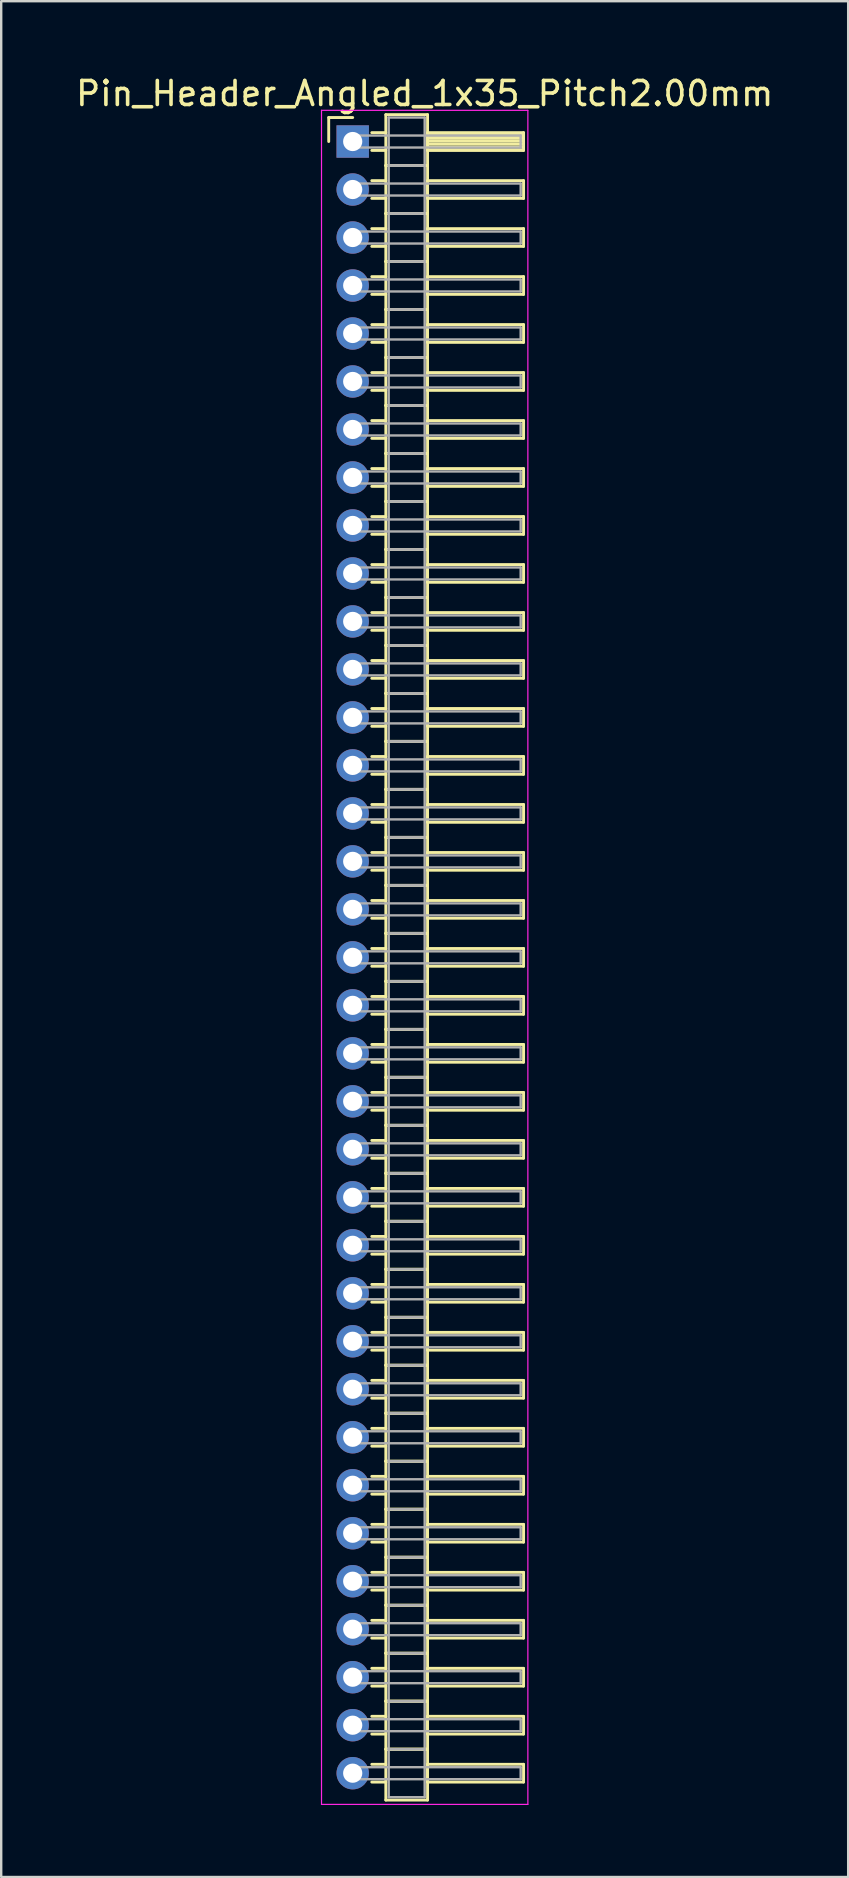
<source format=kicad_pcb>
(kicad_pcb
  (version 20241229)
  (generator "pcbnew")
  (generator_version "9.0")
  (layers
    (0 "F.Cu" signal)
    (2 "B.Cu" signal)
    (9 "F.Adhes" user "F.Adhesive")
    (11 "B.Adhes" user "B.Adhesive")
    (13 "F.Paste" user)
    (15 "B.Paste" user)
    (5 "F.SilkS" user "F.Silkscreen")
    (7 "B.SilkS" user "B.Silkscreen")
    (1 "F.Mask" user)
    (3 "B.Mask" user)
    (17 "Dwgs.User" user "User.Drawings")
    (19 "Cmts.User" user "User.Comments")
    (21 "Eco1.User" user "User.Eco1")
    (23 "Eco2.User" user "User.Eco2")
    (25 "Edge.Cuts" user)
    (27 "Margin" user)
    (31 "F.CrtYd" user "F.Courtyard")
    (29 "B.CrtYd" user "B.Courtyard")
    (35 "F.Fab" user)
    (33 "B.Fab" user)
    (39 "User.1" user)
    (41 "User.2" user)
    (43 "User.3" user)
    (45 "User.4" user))
  (footprint "Pin_Header_Angled_1x35_Pitch2.00mm"
    (layer "F.Cu")
    (at 11.649 2.848)
    (property "Reference" "Pin_Header_Angled_1x35_Pitch2.00mm" (at 3 -2 0) (layer "F.SilkS") (effects (font (size 1 1) (thickness 0.15))))
    (attr through_hole)
    (fp_line (start -1 -1) (end 0 -1) (stroke (width 0.12) (type solid)) (layer "F.SilkS"))
    (fp_line (start -1 0) (end -1 -1) (stroke (width 0.12) (type solid)) (layer "F.SilkS"))
    (fp_line (start 0.795 -0.37) (end 1.38 -0.37) (stroke (width 0.12) (type solid)) (layer "F.SilkS"))
    (fp_line (start 0.795 0.37) (end 1.38 0.37) (stroke (width 0.12) (type solid)) (layer "F.SilkS"))
    (fp_line (start 0.795 1.63) (end 1.38 1.63) (stroke (width 0.12) (type solid)) (layer "F.SilkS"))
    (fp_line (start 0.795 2.37) (end 1.38 2.37) (stroke (width 0.12) (type solid)) (layer "F.SilkS"))
    (fp_line (start 0.795 3.63) (end 1.38 3.63) (stroke (width 0.12) (type solid)) (layer "F.SilkS"))
    (fp_line (start 0.795 4.37) (end 1.38 4.37) (stroke (width 0.12) (type solid)) (layer "F.SilkS"))
    (fp_line (start 0.795 5.63) (end 1.38 5.63) (stroke (width 0.12) (type solid)) (layer "F.SilkS"))
    (fp_line (start 0.795 6.37) (end 1.38 6.37) (stroke (width 0.12) (type solid)) (layer "F.SilkS"))
    (fp_line (start 0.795 7.63) (end 1.38 7.63) (stroke (width 0.12) (type solid)) (layer "F.SilkS"))
    (fp_line (start 0.795 8.37) (end 1.38 8.37) (stroke (width 0.12) (type solid)) (layer "F.SilkS"))
    (fp_line (start 0.795 9.63) (end 1.38 9.63) (stroke (width 0.12) (type solid)) (layer "F.SilkS"))
    (fp_line (start 0.795 10.37) (end 1.38 10.37) (stroke (width 0.12) (type solid)) (layer "F.SilkS"))
    (fp_line (start 0.795 11.63) (end 1.38 11.63) (stroke (width 0.12) (type solid)) (layer "F.SilkS"))
    (fp_line (start 0.795 12.37) (end 1.38 12.37) (stroke (width 0.12) (type solid)) (layer "F.SilkS"))
    (fp_line (start 0.795 13.63) (end 1.38 13.63) (stroke (width 0.12) (type solid)) (layer "F.SilkS"))
    (fp_line (start 0.795 14.37) (end 1.38 14.37) (stroke (width 0.12) (type solid)) (layer "F.SilkS"))
    (fp_line (start 0.795 15.63) (end 1.38 15.63) (stroke (width 0.12) (type solid)) (layer "F.SilkS"))
    (fp_line (start 0.795 16.37) (end 1.38 16.37) (stroke (width 0.12) (type solid)) (layer "F.SilkS"))
    (fp_line (start 0.795 17.63) (end 1.38 17.63) (stroke (width 0.12) (type solid)) (layer "F.SilkS"))
    (fp_line (start 0.795 18.37) (end 1.38 18.37) (stroke (width 0.12) (type solid)) (layer "F.SilkS"))
    (fp_line (start 0.795 19.63) (end 1.38 19.63) (stroke (width 0.12) (type solid)) (layer "F.SilkS"))
    (fp_line (start 0.795 20.37) (end 1.38 20.37) (stroke (width 0.12) (type solid)) (layer "F.SilkS"))
    (fp_line (start 0.795 21.63) (end 1.38 21.63) (stroke (width 0.12) (type solid)) (layer "F.SilkS"))
    (fp_line (start 0.795 22.37) (end 1.38 22.37) (stroke (width 0.12) (type solid)) (layer "F.SilkS"))
    (fp_line (start 0.795 23.63) (end 1.38 23.63) (stroke (width 0.12) (type solid)) (layer "F.SilkS"))
    (fp_line (start 0.795 24.37) (end 1.38 24.37) (stroke (width 0.12) (type solid)) (layer "F.SilkS"))
    (fp_line (start 0.795 25.63) (end 1.38 25.63) (stroke (width 0.12) (type solid)) (layer "F.SilkS"))
    (fp_line (start 0.795 26.37) (end 1.38 26.37) (stroke (width 0.12) (type solid)) (layer "F.SilkS"))
    (fp_line (start 0.795 27.63) (end 1.38 27.63) (stroke (width 0.12) (type solid)) (layer "F.SilkS"))
    (fp_line (start 0.795 28.37) (end 1.38 28.37) (stroke (width 0.12) (type solid)) (layer "F.SilkS"))
    (fp_line (start 0.795 29.63) (end 1.38 29.63) (stroke (width 0.12) (type solid)) (layer "F.SilkS"))
    (fp_line (start 0.795 30.37) (end 1.38 30.37) (stroke (width 0.12) (type solid)) (layer "F.SilkS"))
    (fp_line (start 0.795 31.63) (end 1.38 31.63) (stroke (width 0.12) (type solid)) (layer "F.SilkS"))
    (fp_line (start 0.795 32.37) (end 1.38 32.37) (stroke (width 0.12) (type solid)) (layer "F.SilkS"))
    (fp_line (start 0.795 33.63) (end 1.38 33.63) (stroke (width 0.12) (type solid)) (layer "F.SilkS"))
    (fp_line (start 0.795 34.37) (end 1.38 34.37) (stroke (width 0.12) (type solid)) (layer "F.SilkS"))
    (fp_line (start 0.795 35.63) (end 1.38 35.63) (stroke (width 0.12) (type solid)) (layer "F.SilkS"))
    (fp_line (start 0.795 36.37) (end 1.38 36.37) (stroke (width 0.12) (type solid)) (layer "F.SilkS"))
    (fp_line (start 0.795 37.63) (end 1.38 37.63) (stroke (width 0.12) (type solid)) (layer "F.SilkS"))
    (fp_line (start 0.795 38.37) (end 1.38 38.37) (stroke (width 0.12) (type solid)) (layer "F.SilkS"))
    (fp_line (start 0.795 39.63) (end 1.38 39.63) (stroke (width 0.12) (type solid)) (layer "F.SilkS"))
    (fp_line (start 0.795 40.37) (end 1.38 40.37) (stroke (width 0.12) (type solid)) (layer "F.SilkS"))
    (fp_line (start 0.795 41.63) (end 1.38 41.63) (stroke (width 0.12) (type solid)) (layer "F.SilkS"))
    (fp_line (start 0.795 42.37) (end 1.38 42.37) (stroke (width 0.12) (type solid)) (layer "F.SilkS"))
    (fp_line (start 0.795 43.63) (end 1.38 43.63) (stroke (width 0.12) (type solid)) (layer "F.SilkS"))
    (fp_line (start 0.795 44.37) (end 1.38 44.37) (stroke (width 0.12) (type solid)) (layer "F.SilkS"))
    (fp_line (start 0.795 45.63) (end 1.38 45.63) (stroke (width 0.12) (type solid)) (layer "F.SilkS"))
    (fp_line (start 0.795 46.37) (end 1.38 46.37) (stroke (width 0.12) (type solid)) (layer "F.SilkS"))
    (fp_line (start 0.795 47.63) (end 1.38 47.63) (stroke (width 0.12) (type solid)) (layer "F.SilkS"))
    (fp_line (start 0.795 48.37) (end 1.38 48.37) (stroke (width 0.12) (type solid)) (layer "F.SilkS"))
    (fp_line (start 0.795 49.63) (end 1.38 49.63) (stroke (width 0.12) (type solid)) (layer "F.SilkS"))
    (fp_line (start 0.795 50.37) (end 1.38 50.37) (stroke (width 0.12) (type solid)) (layer "F.SilkS"))
    (fp_line (start 0.795 51.63) (end 1.38 51.63) (stroke (width 0.12) (type solid)) (layer "F.SilkS"))
    (fp_line (start 0.795 52.37) (end 1.38 52.37) (stroke (width 0.12) (type solid)) (layer "F.SilkS"))
    (fp_line (start 0.795 53.63) (end 1.38 53.63) (stroke (width 0.12) (type solid)) (layer "F.SilkS"))
    (fp_line (start 0.795 54.37) (end 1.38 54.37) (stroke (width 0.12) (type solid)) (layer "F.SilkS"))
    (fp_line (start 0.795 55.63) (end 1.38 55.63) (stroke (width 0.12) (type solid)) (layer "F.SilkS"))
    (fp_line (start 0.795 56.37) (end 1.38 56.37) (stroke (width 0.12) (type solid)) (layer "F.SilkS"))
    (fp_line (start 0.795 57.63) (end 1.38 57.63) (stroke (width 0.12) (type solid)) (layer "F.SilkS"))
    (fp_line (start 0.795 58.37) (end 1.38 58.37) (stroke (width 0.12) (type solid)) (layer "F.SilkS"))
    (fp_line (start 0.795 59.63) (end 1.38 59.63) (stroke (width 0.12) (type solid)) (layer "F.SilkS"))
    (fp_line (start 0.795 60.37) (end 1.38 60.37) (stroke (width 0.12) (type solid)) (layer "F.SilkS"))
    (fp_line (start 0.795 61.63) (end 1.38 61.63) (stroke (width 0.12) (type solid)) (layer "F.SilkS"))
    (fp_line (start 0.795 62.37) (end 1.38 62.37) (stroke (width 0.12) (type solid)) (layer "F.SilkS"))
    (fp_line (start 0.795 63.63) (end 1.38 63.63) (stroke (width 0.12) (type solid)) (layer "F.SilkS"))
    (fp_line (start 0.795 64.37) (end 1.38 64.37) (stroke (width 0.12) (type solid)) (layer "F.SilkS"))
    (fp_line (start 0.795 65.63) (end 1.38 65.63) (stroke (width 0.12) (type solid)) (layer "F.SilkS"))
    (fp_line (start 0.795 66.37) (end 1.38 66.37) (stroke (width 0.12) (type solid)) (layer "F.SilkS"))
    (fp_line (start 0.795 67.63) (end 1.38 67.63) (stroke (width 0.12) (type solid)) (layer "F.SilkS"))
    (fp_line (start 0.795 68.37) (end 1.38 68.37) (stroke (width 0.12) (type solid)) (layer "F.SilkS"))
    (fp_line (start 1.38 -1.12) (end 1.38 1) (stroke (width 0.12) (type solid)) (layer "F.SilkS"))
    (fp_line (start 1.38 1) (end 1.38 3) (stroke (width 0.12) (type solid)) (layer "F.SilkS"))
    (fp_line (start 1.38 1) (end 3.12 1) (stroke (width 0.12) (type solid)) (layer "F.SilkS"))
    (fp_line (start 1.38 3) (end 1.38 5) (stroke (width 0.12) (type solid)) (layer "F.SilkS"))
    (fp_line (start 1.38 3) (end 3.12 3) (stroke (width 0.12) (type solid)) (layer "F.SilkS"))
    (fp_line (start 1.38 5) (end 1.38 7) (stroke (width 0.12) (type solid)) (layer "F.SilkS"))
    (fp_line (start 1.38 5) (end 3.12 5) (stroke (width 0.12) (type solid)) (layer "F.SilkS"))
    (fp_line (start 1.38 7) (end 1.38 9) (stroke (width 0.12) (type solid)) (layer "F.SilkS"))
    (fp_line (start 1.38 7) (end 3.12 7) (stroke (width 0.12) (type solid)) (layer "F.SilkS"))
    (fp_line (start 1.38 9) (end 1.38 11) (stroke (width 0.12) (type solid)) (layer "F.SilkS"))
    (fp_line (start 1.38 9) (end 3.12 9) (stroke (width 0.12) (type solid)) (layer "F.SilkS"))
    (fp_line (start 1.38 11) (end 1.38 13) (stroke (width 0.12) (type solid)) (layer "F.SilkS"))
    (fp_line (start 1.38 11) (end 3.12 11) (stroke (width 0.12) (type solid)) (layer "F.SilkS"))
    (fp_line (start 1.38 13) (end 1.38 15) (stroke (width 0.12) (type solid)) (layer "F.SilkS"))
    (fp_line (start 1.38 13) (end 3.12 13) (stroke (width 0.12) (type solid)) (layer "F.SilkS"))
    (fp_line (start 1.38 15) (end 1.38 17) (stroke (width 0.12) (type solid)) (layer "F.SilkS"))
    (fp_line (start 1.38 15) (end 3.12 15) (stroke (width 0.12) (type solid)) (layer "F.SilkS"))
    (fp_line (start 1.38 17) (end 1.38 19) (stroke (width 0.12) (type solid)) (layer "F.SilkS"))
    (fp_line (start 1.38 17) (end 3.12 17) (stroke (width 0.12) (type solid)) (layer "F.SilkS"))
    (fp_line (start 1.38 19) (end 1.38 21) (stroke (width 0.12) (type solid)) (layer "F.SilkS"))
    (fp_line (start 1.38 19) (end 3.12 19) (stroke (width 0.12) (type solid)) (layer "F.SilkS"))
    (fp_line (start 1.38 21) (end 1.38 23) (stroke (width 0.12) (type solid)) (layer "F.SilkS"))
    (fp_line (start 1.38 21) (end 3.12 21) (stroke (width 0.12) (type solid)) (layer "F.SilkS"))
    (fp_line (start 1.38 23) (end 1.38 25) (stroke (width 0.12) (type solid)) (layer "F.SilkS"))
    (fp_line (start 1.38 23) (end 3.12 23) (stroke (width 0.12) (type solid)) (layer "F.SilkS"))
    (fp_line (start 1.38 25) (end 1.38 27) (stroke (width 0.12) (type solid)) (layer "F.SilkS"))
    (fp_line (start 1.38 25) (end 3.12 25) (stroke (width 0.12) (type solid)) (layer "F.SilkS"))
    (fp_line (start 1.38 27) (end 1.38 29) (stroke (width 0.12) (type solid)) (layer "F.SilkS"))
    (fp_line (start 1.38 27) (end 3.12 27) (stroke (width 0.12) (type solid)) (layer "F.SilkS"))
    (fp_line (start 1.38 29) (end 1.38 31) (stroke (width 0.12) (type solid)) (layer "F.SilkS"))
    (fp_line (start 1.38 29) (end 3.12 29) (stroke (width 0.12) (type solid)) (layer "F.SilkS"))
    (fp_line (start 1.38 31) (end 1.38 33) (stroke (width 0.12) (type solid)) (layer "F.SilkS"))
    (fp_line (start 1.38 31) (end 3.12 31) (stroke (width 0.12) (type solid)) (layer "F.SilkS"))
    (fp_line (start 1.38 33) (end 1.38 35) (stroke (width 0.12) (type solid)) (layer "F.SilkS"))
    (fp_line (start 1.38 33) (end 3.12 33) (stroke (width 0.12) (type solid)) (layer "F.SilkS"))
    (fp_line (start 1.38 35) (end 1.38 37) (stroke (width 0.12) (type solid)) (layer "F.SilkS"))
    (fp_line (start 1.38 35) (end 3.12 35) (stroke (width 0.12) (type solid)) (layer "F.SilkS"))
    (fp_line (start 1.38 37) (end 1.38 39) (stroke (width 0.12) (type solid)) (layer "F.SilkS"))
    (fp_line (start 1.38 37) (end 3.12 37) (stroke (width 0.12) (type solid)) (layer "F.SilkS"))
    (fp_line (start 1.38 39) (end 1.38 41) (stroke (width 0.12) (type solid)) (layer "F.SilkS"))
    (fp_line (start 1.38 39) (end 3.12 39) (stroke (width 0.12) (type solid)) (layer "F.SilkS"))
    (fp_line (start 1.38 41) (end 1.38 43) (stroke (width 0.12) (type solid)) (layer "F.SilkS"))
    (fp_line (start 1.38 41) (end 3.12 41) (stroke (width 0.12) (type solid)) (layer "F.SilkS"))
    (fp_line (start 1.38 43) (end 1.38 45) (stroke (width 0.12) (type solid)) (layer "F.SilkS"))
    (fp_line (start 1.38 43) (end 3.12 43) (stroke (width 0.12) (type solid)) (layer "F.SilkS"))
    (fp_line (start 1.38 45) (end 1.38 47) (stroke (width 0.12) (type solid)) (layer "F.SilkS"))
    (fp_line (start 1.38 45) (end 3.12 45) (stroke (width 0.12) (type solid)) (layer "F.SilkS"))
    (fp_line (start 1.38 47) (end 1.38 49) (stroke (width 0.12) (type solid)) (layer "F.SilkS"))
    (fp_line (start 1.38 47) (end 3.12 47) (stroke (width 0.12) (type solid)) (layer "F.SilkS"))
    (fp_line (start 1.38 49) (end 1.38 51) (stroke (width 0.12) (type solid)) (layer "F.SilkS"))
    (fp_line (start 1.38 49) (end 3.12 49) (stroke (width 0.12) (type solid)) (layer "F.SilkS"))
    (fp_line (start 1.38 51) (end 1.38 53) (stroke (width 0.12) (type solid)) (layer "F.SilkS"))
    (fp_line (start 1.38 51) (end 3.12 51) (stroke (width 0.12) (type solid)) (layer "F.SilkS"))
    (fp_line (start 1.38 53) (end 1.38 55) (stroke (width 0.12) (type solid)) (layer "F.SilkS"))
    (fp_line (start 1.38 53) (end 3.12 53) (stroke (width 0.12) (type solid)) (layer "F.SilkS"))
    (fp_line (start 1.38 55) (end 1.38 57) (stroke (width 0.12) (type solid)) (layer "F.SilkS"))
    (fp_line (start 1.38 55) (end 3.12 55) (stroke (width 0.12) (type solid)) (layer "F.SilkS"))
    (fp_line (start 1.38 57) (end 1.38 59) (stroke (width 0.12) (type solid)) (layer "F.SilkS"))
    (fp_line (start 1.38 57) (end 3.12 57) (stroke (width 0.12) (type solid)) (layer "F.SilkS"))
    (fp_line (start 1.38 59) (end 1.38 61) (stroke (width 0.12) (type solid)) (layer "F.SilkS"))
    (fp_line (start 1.38 59) (end 3.12 59) (stroke (width 0.12) (type solid)) (layer "F.SilkS"))
    (fp_line (start 1.38 61) (end 1.38 63) (stroke (width 0.12) (type solid)) (layer "F.SilkS"))
    (fp_line (start 1.38 61) (end 3.12 61) (stroke (width 0.12) (type solid)) (layer "F.SilkS"))
    (fp_line (start 1.38 63) (end 1.38 65) (stroke (width 0.12) (type solid)) (layer "F.SilkS"))
    (fp_line (start 1.38 63) (end 3.12 63) (stroke (width 0.12) (type solid)) (layer "F.SilkS"))
    (fp_line (start 1.38 65) (end 1.38 67) (stroke (width 0.12) (type solid)) (layer "F.SilkS"))
    (fp_line (start 1.38 65) (end 3.12 65) (stroke (width 0.12) (type solid)) (layer "F.SilkS"))
    (fp_line (start 1.38 67) (end 1.38 69.12) (stroke (width 0.12) (type solid)) (layer "F.SilkS"))
    (fp_line (start 1.38 67) (end 3.12 67) (stroke (width 0.12) (type solid)) (layer "F.SilkS"))
    (fp_line (start 1.38 69.12) (end 3.12 69.12) (stroke (width 0.12) (type solid)) (layer "F.SilkS"))
    (fp_line (start 3.12 -1.12) (end 1.38 -1.12) (stroke (width 0.12) (type solid)) (layer "F.SilkS"))
    (fp_line (start 3.12 -0.37) (end 3.12 0.37) (stroke (width 0.12) (type solid)) (layer "F.SilkS"))
    (fp_line (start 3.12 -0.25) (end 7.12 -0.25) (stroke (width 0.12) (type solid)) (layer "F.SilkS"))
    (fp_line (start 3.12 -0.13) (end 7.12 -0.13) (stroke (width 0.12) (type solid)) (layer "F.SilkS"))
    (fp_line (start 3.12 -0.01) (end 7.12 -0.01) (stroke (width 0.12) (type solid)) (layer "F.SilkS"))
    (fp_line (start 3.12 0.11) (end 7.12 0.11) (stroke (width 0.12) (type solid)) (layer "F.SilkS"))
    (fp_line (start 3.12 0.23) (end 7.12 0.23) (stroke (width 0.12) (type solid)) (layer "F.SilkS"))
    (fp_line (start 3.12 0.35) (end 7.12 0.35) (stroke (width 0.12) (type solid)) (layer "F.SilkS"))
    (fp_line (start 3.12 0.37) (end 7.12 0.37) (stroke (width 0.12) (type solid)) (layer "F.SilkS"))
    (fp_line (start 3.12 1) (end 1.38 1) (stroke (width 0.12) (type solid)) (layer "F.SilkS"))
    (fp_line (start 3.12 1) (end 3.12 -1.12) (stroke (width 0.12) (type solid)) (layer "F.SilkS"))
    (fp_line (start 3.12 1.63) (end 3.12 2.37) (stroke (width 0.12) (type solid)) (layer "F.SilkS"))
    (fp_line (start 3.12 2.37) (end 7.12 2.37) (stroke (width 0.12) (type solid)) (layer "F.SilkS"))
    (fp_line (start 3.12 3) (end 1.38 3) (stroke (width 0.12) (type solid)) (layer "F.SilkS"))
    (fp_line (start 3.12 3) (end 3.12 1) (stroke (width 0.12) (type solid)) (layer "F.SilkS"))
    (fp_line (start 3.12 3.63) (end 3.12 4.37) (stroke (width 0.12) (type solid)) (layer "F.SilkS"))
    (fp_line (start 3.12 4.37) (end 7.12 4.37) (stroke (width 0.12) (type solid)) (layer "F.SilkS"))
    (fp_line (start 3.12 5) (end 1.38 5) (stroke (width 0.12) (type solid)) (layer "F.SilkS"))
    (fp_line (start 3.12 5) (end 3.12 3) (stroke (width 0.12) (type solid)) (layer "F.SilkS"))
    (fp_line (start 3.12 5.63) (end 3.12 6.37) (stroke (width 0.12) (type solid)) (layer "F.SilkS"))
    (fp_line (start 3.12 6.37) (end 7.12 6.37) (stroke (width 0.12) (type solid)) (layer "F.SilkS"))
    (fp_line (start 3.12 7) (end 1.38 7) (stroke (width 0.12) (type solid)) (layer "F.SilkS"))
    (fp_line (start 3.12 7) (end 3.12 5) (stroke (width 0.12) (type solid)) (layer "F.SilkS"))
    (fp_line (start 3.12 7.63) (end 3.12 8.37) (stroke (width 0.12) (type solid)) (layer "F.SilkS"))
    (fp_line (start 3.12 8.37) (end 7.12 8.37) (stroke (width 0.12) (type solid)) (layer "F.SilkS"))
    (fp_line (start 3.12 9) (end 1.38 9) (stroke (width 0.12) (type solid)) (layer "F.SilkS"))
    (fp_line (start 3.12 9) (end 3.12 7) (stroke (width 0.12) (type solid)) (layer "F.SilkS"))
    (fp_line (start 3.12 9.63) (end 3.12 10.37) (stroke (width 0.12) (type solid)) (layer "F.SilkS"))
    (fp_line (start 3.12 10.37) (end 7.12 10.37) (stroke (width 0.12) (type solid)) (layer "F.SilkS"))
    (fp_line (start 3.12 11) (end 1.38 11) (stroke (width 0.12) (type solid)) (layer "F.SilkS"))
    (fp_line (start 3.12 11) (end 3.12 9) (stroke (width 0.12) (type solid)) (layer "F.SilkS"))
    (fp_line (start 3.12 11.63) (end 3.12 12.37) (stroke (width 0.12) (type solid)) (layer "F.SilkS"))
    (fp_line (start 3.12 12.37) (end 7.12 12.37) (stroke (width 0.12) (type solid)) (layer "F.SilkS"))
    (fp_line (start 3.12 13) (end 1.38 13) (stroke (width 0.12) (type solid)) (layer "F.SilkS"))
    (fp_line (start 3.12 13) (end 3.12 11) (stroke (width 0.12) (type solid)) (layer "F.SilkS"))
    (fp_line (start 3.12 13.63) (end 3.12 14.37) (stroke (width 0.12) (type solid)) (layer "F.SilkS"))
    (fp_line (start 3.12 14.37) (end 7.12 14.37) (stroke (width 0.12) (type solid)) (layer "F.SilkS"))
    (fp_line (start 3.12 15) (end 1.38 15) (stroke (width 0.12) (type solid)) (layer "F.SilkS"))
    (fp_line (start 3.12 15) (end 3.12 13) (stroke (width 0.12) (type solid)) (layer "F.SilkS"))
    (fp_line (start 3.12 15.63) (end 3.12 16.37) (stroke (width 0.12) (type solid)) (layer "F.SilkS"))
    (fp_line (start 3.12 16.37) (end 7.12 16.37) (stroke (width 0.12) (type solid)) (layer "F.SilkS"))
    (fp_line (start 3.12 17) (end 1.38 17) (stroke (width 0.12) (type solid)) (layer "F.SilkS"))
    (fp_line (start 3.12 17) (end 3.12 15) (stroke (width 0.12) (type solid)) (layer "F.SilkS"))
    (fp_line (start 3.12 17.63) (end 3.12 18.37) (stroke (width 0.12) (type solid)) (layer "F.SilkS"))
    (fp_line (start 3.12 18.37) (end 7.12 18.37) (stroke (width 0.12) (type solid)) (layer "F.SilkS"))
    (fp_line (start 3.12 19) (end 1.38 19) (stroke (width 0.12) (type solid)) (layer "F.SilkS"))
    (fp_line (start 3.12 19) (end 3.12 17) (stroke (width 0.12) (type solid)) (layer "F.SilkS"))
    (fp_line (start 3.12 19.63) (end 3.12 20.37) (stroke (width 0.12) (type solid)) (layer "F.SilkS"))
    (fp_line (start 3.12 20.37) (end 7.12 20.37) (stroke (width 0.12) (type solid)) (layer "F.SilkS"))
    (fp_line (start 3.12 21) (end 1.38 21) (stroke (width 0.12) (type solid)) (layer "F.SilkS"))
    (fp_line (start 3.12 21) (end 3.12 19) (stroke (width 0.12) (type solid)) (layer "F.SilkS"))
    (fp_line (start 3.12 21.63) (end 3.12 22.37) (stroke (width 0.12) (type solid)) (layer "F.SilkS"))
    (fp_line (start 3.12 22.37) (end 7.12 22.37) (stroke (width 0.12) (type solid)) (layer "F.SilkS"))
    (fp_line (start 3.12 23) (end 1.38 23) (stroke (width 0.12) (type solid)) (layer "F.SilkS"))
    (fp_line (start 3.12 23) (end 3.12 21) (stroke (width 0.12) (type solid)) (layer "F.SilkS"))
    (fp_line (start 3.12 23.63) (end 3.12 24.37) (stroke (width 0.12) (type solid)) (layer "F.SilkS"))
    (fp_line (start 3.12 24.37) (end 7.12 24.37) (stroke (width 0.12) (type solid)) (layer "F.SilkS"))
    (fp_line (start 3.12 25) (end 1.38 25) (stroke (width 0.12) (type solid)) (layer "F.SilkS"))
    (fp_line (start 3.12 25) (end 3.12 23) (stroke (width 0.12) (type solid)) (layer "F.SilkS"))
    (fp_line (start 3.12 25.63) (end 3.12 26.37) (stroke (width 0.12) (type solid)) (layer "F.SilkS"))
    (fp_line (start 3.12 26.37) (end 7.12 26.37) (stroke (width 0.12) (type solid)) (layer "F.SilkS"))
    (fp_line (start 3.12 27) (end 1.38 27) (stroke (width 0.12) (type solid)) (layer "F.SilkS"))
    (fp_line (start 3.12 27) (end 3.12 25) (stroke (width 0.12) (type solid)) (layer "F.SilkS"))
    (fp_line (start 3.12 27.63) (end 3.12 28.37) (stroke (width 0.12) (type solid)) (layer "F.SilkS"))
    (fp_line (start 3.12 28.37) (end 7.12 28.37) (stroke (width 0.12) (type solid)) (layer "F.SilkS"))
    (fp_line (start 3.12 29) (end 1.38 29) (stroke (width 0.12) (type solid)) (layer "F.SilkS"))
    (fp_line (start 3.12 29) (end 3.12 27) (stroke (width 0.12) (type solid)) (layer "F.SilkS"))
    (fp_line (start 3.12 29.63) (end 3.12 30.37) (stroke (width 0.12) (type solid)) (layer "F.SilkS"))
    (fp_line (start 3.12 30.37) (end 7.12 30.37) (stroke (width 0.12) (type solid)) (layer "F.SilkS"))
    (fp_line (start 3.12 31) (end 1.38 31) (stroke (width 0.12) (type solid)) (layer "F.SilkS"))
    (fp_line (start 3.12 31) (end 3.12 29) (stroke (width 0.12) (type solid)) (layer "F.SilkS"))
    (fp_line (start 3.12 31.63) (end 3.12 32.37) (stroke (width 0.12) (type solid)) (layer "F.SilkS"))
    (fp_line (start 3.12 32.37) (end 7.12 32.37) (stroke (width 0.12) (type solid)) (layer "F.SilkS"))
    (fp_line (start 3.12 33) (end 1.38 33) (stroke (width 0.12) (type solid)) (layer "F.SilkS"))
    (fp_line (start 3.12 33) (end 3.12 31) (stroke (width 0.12) (type solid)) (layer "F.SilkS"))
    (fp_line (start 3.12 33.63) (end 3.12 34.37) (stroke (width 0.12) (type solid)) (layer "F.SilkS"))
    (fp_line (start 3.12 34.37) (end 7.12 34.37) (stroke (width 0.12) (type solid)) (layer "F.SilkS"))
    (fp_line (start 3.12 35) (end 1.38 35) (stroke (width 0.12) (type solid)) (layer "F.SilkS"))
    (fp_line (start 3.12 35) (end 3.12 33) (stroke (width 0.12) (type solid)) (layer "F.SilkS"))
    (fp_line (start 3.12 35.63) (end 3.12 36.37) (stroke (width 0.12) (type solid)) (layer "F.SilkS"))
    (fp_line (start 3.12 36.37) (end 7.12 36.37) (stroke (width 0.12) (type solid)) (layer "F.SilkS"))
    (fp_line (start 3.12 37) (end 1.38 37) (stroke (width 0.12) (type solid)) (layer "F.SilkS"))
    (fp_line (start 3.12 37) (end 3.12 35) (stroke (width 0.12) (type solid)) (layer "F.SilkS"))
    (fp_line (start 3.12 37.63) (end 3.12 38.37) (stroke (width 0.12) (type solid)) (layer "F.SilkS"))
    (fp_line (start 3.12 38.37) (end 7.12 38.37) (stroke (width 0.12) (type solid)) (layer "F.SilkS"))
    (fp_line (start 3.12 39) (end 1.38 39) (stroke (width 0.12) (type solid)) (layer "F.SilkS"))
    (fp_line (start 3.12 39) (end 3.12 37) (stroke (width 0.12) (type solid)) (layer "F.SilkS"))
    (fp_line (start 3.12 39.63) (end 3.12 40.37) (stroke (width 0.12) (type solid)) (layer "F.SilkS"))
    (fp_line (start 3.12 40.37) (end 7.12 40.37) (stroke (width 0.12) (type solid)) (layer "F.SilkS"))
    (fp_line (start 3.12 41) (end 1.38 41) (stroke (width 0.12) (type solid)) (layer "F.SilkS"))
    (fp_line (start 3.12 41) (end 3.12 39) (stroke (width 0.12) (type solid)) (layer "F.SilkS"))
    (fp_line (start 3.12 41.63) (end 3.12 42.37) (stroke (width 0.12) (type solid)) (layer "F.SilkS"))
    (fp_line (start 3.12 42.37) (end 7.12 42.37) (stroke (width 0.12) (type solid)) (layer "F.SilkS"))
    (fp_line (start 3.12 43) (end 1.38 43) (stroke (width 0.12) (type solid)) (layer "F.SilkS"))
    (fp_line (start 3.12 43) (end 3.12 41) (stroke (width 0.12) (type solid)) (layer "F.SilkS"))
    (fp_line (start 3.12 43.63) (end 3.12 44.37) (stroke (width 0.12) (type solid)) (layer "F.SilkS"))
    (fp_line (start 3.12 44.37) (end 7.12 44.37) (stroke (width 0.12) (type solid)) (layer "F.SilkS"))
    (fp_line (start 3.12 45) (end 1.38 45) (stroke (width 0.12) (type solid)) (layer "F.SilkS"))
    (fp_line (start 3.12 45) (end 3.12 43) (stroke (width 0.12) (type solid)) (layer "F.SilkS"))
    (fp_line (start 3.12 45.63) (end 3.12 46.37) (stroke (width 0.12) (type solid)) (layer "F.SilkS"))
    (fp_line (start 3.12 46.37) (end 7.12 46.37) (stroke (width 0.12) (type solid)) (layer "F.SilkS"))
    (fp_line (start 3.12 47) (end 1.38 47) (stroke (width 0.12) (type solid)) (layer "F.SilkS"))
    (fp_line (start 3.12 47) (end 3.12 45) (stroke (width 0.12) (type solid)) (layer "F.SilkS"))
    (fp_line (start 3.12 47.63) (end 3.12 48.37) (stroke (width 0.12) (type solid)) (layer "F.SilkS"))
    (fp_line (start 3.12 48.37) (end 7.12 48.37) (stroke (width 0.12) (type solid)) (layer "F.SilkS"))
    (fp_line (start 3.12 49) (end 1.38 49) (stroke (width 0.12) (type solid)) (layer "F.SilkS"))
    (fp_line (start 3.12 49) (end 3.12 47) (stroke (width 0.12) (type solid)) (layer "F.SilkS"))
    (fp_line (start 3.12 49.63) (end 3.12 50.37) (stroke (width 0.12) (type solid)) (layer "F.SilkS"))
    (fp_line (start 3.12 50.37) (end 7.12 50.37) (stroke (width 0.12) (type solid)) (layer "F.SilkS"))
    (fp_line (start 3.12 51) (end 1.38 51) (stroke (width 0.12) (type solid)) (layer "F.SilkS"))
    (fp_line (start 3.12 51) (end 3.12 49) (stroke (width 0.12) (type solid)) (layer "F.SilkS"))
    (fp_line (start 3.12 51.63) (end 3.12 52.37) (stroke (width 0.12) (type solid)) (layer "F.SilkS"))
    (fp_line (start 3.12 52.37) (end 7.12 52.37) (stroke (width 0.12) (type solid)) (layer "F.SilkS"))
    (fp_line (start 3.12 53) (end 1.38 53) (stroke (width 0.12) (type solid)) (layer "F.SilkS"))
    (fp_line (start 3.12 53) (end 3.12 51) (stroke (width 0.12) (type solid)) (layer "F.SilkS"))
    (fp_line (start 3.12 53.63) (end 3.12 54.37) (stroke (width 0.12) (type solid)) (layer "F.SilkS"))
    (fp_line (start 3.12 54.37) (end 7.12 54.37) (stroke (width 0.12) (type solid)) (layer "F.SilkS"))
    (fp_line (start 3.12 55) (end 1.38 55) (stroke (width 0.12) (type solid)) (layer "F.SilkS"))
    (fp_line (start 3.12 55) (end 3.12 53) (stroke (width 0.12) (type solid)) (layer "F.SilkS"))
    (fp_line (start 3.12 55.63) (end 3.12 56.37) (stroke (width 0.12) (type solid)) (layer "F.SilkS"))
    (fp_line (start 3.12 56.37) (end 7.12 56.37) (stroke (width 0.12) (type solid)) (layer "F.SilkS"))
    (fp_line (start 3.12 57) (end 1.38 57) (stroke (width 0.12) (type solid)) (layer "F.SilkS"))
    (fp_line (start 3.12 57) (end 3.12 55) (stroke (width 0.12) (type solid)) (layer "F.SilkS"))
    (fp_line (start 3.12 57.63) (end 3.12 58.37) (stroke (width 0.12) (type solid)) (layer "F.SilkS"))
    (fp_line (start 3.12 58.37) (end 7.12 58.37) (stroke (width 0.12) (type solid)) (layer "F.SilkS"))
    (fp_line (start 3.12 59) (end 1.38 59) (stroke (width 0.12) (type solid)) (layer "F.SilkS"))
    (fp_line (start 3.12 59) (end 3.12 57) (stroke (width 0.12) (type solid)) (layer "F.SilkS"))
    (fp_line (start 3.12 59.63) (end 3.12 60.37) (stroke (width 0.12) (type solid)) (layer "F.SilkS"))
    (fp_line (start 3.12 60.37) (end 7.12 60.37) (stroke (width 0.12) (type solid)) (layer "F.SilkS"))
    (fp_line (start 3.12 61) (end 1.38 61) (stroke (width 0.12) (type solid)) (layer "F.SilkS"))
    (fp_line (start 3.12 61) (end 3.12 59) (stroke (width 0.12) (type solid)) (layer "F.SilkS"))
    (fp_line (start 3.12 61.63) (end 3.12 62.37) (stroke (width 0.12) (type solid)) (layer "F.SilkS"))
    (fp_line (start 3.12 62.37) (end 7.12 62.37) (stroke (width 0.12) (type solid)) (layer "F.SilkS"))
    (fp_line (start 3.12 63) (end 1.38 63) (stroke (width 0.12) (type solid)) (layer "F.SilkS"))
    (fp_line (start 3.12 63) (end 3.12 61) (stroke (width 0.12) (type solid)) (layer "F.SilkS"))
    (fp_line (start 3.12 63.63) (end 3.12 64.37) (stroke (width 0.12) (type solid)) (layer "F.SilkS"))
    (fp_line (start 3.12 64.37) (end 7.12 64.37) (stroke (width 0.12) (type solid)) (layer "F.SilkS"))
    (fp_line (start 3.12 65) (end 1.38 65) (stroke (width 0.12) (type solid)) (layer "F.SilkS"))
    (fp_line (start 3.12 65) (end 3.12 63) (stroke (width 0.12) (type solid)) (layer "F.SilkS"))
    (fp_line (start 3.12 65.63) (end 3.12 66.37) (stroke (width 0.12) (type solid)) (layer "F.SilkS"))
    (fp_line (start 3.12 66.37) (end 7.12 66.37) (stroke (width 0.12) (type solid)) (layer "F.SilkS"))
    (fp_line (start 3.12 67) (end 1.38 67) (stroke (width 0.12) (type solid)) (layer "F.SilkS"))
    (fp_line (start 3.12 67) (end 3.12 65) (stroke (width 0.12) (type solid)) (layer "F.SilkS"))
    (fp_line (start 3.12 67.63) (end 3.12 68.37) (stroke (width 0.12) (type solid)) (layer "F.SilkS"))
    (fp_line (start 3.12 68.37) (end 7.12 68.37) (stroke (width 0.12) (type solid)) (layer "F.SilkS"))
    (fp_line (start 3.12 69.12) (end 3.12 67) (stroke (width 0.12) (type solid)) (layer "F.SilkS"))
    (fp_line (start 7.12 -0.37) (end 3.12 -0.37) (stroke (width 0.12) (type solid)) (layer "F.SilkS"))
    (fp_line (start 7.12 0.37) (end 7.12 -0.37) (stroke (width 0.12) (type solid)) (layer "F.SilkS"))
    (fp_line (start 7.12 1.63) (end 3.12 1.63) (stroke (width 0.12) (type solid)) (layer "F.SilkS"))
    (fp_line (start 7.12 2.37) (end 7.12 1.63) (stroke (width 0.12) (type solid)) (layer "F.SilkS"))
    (fp_line (start 7.12 3.63) (end 3.12 3.63) (stroke (width 0.12) (type solid)) (layer "F.SilkS"))
    (fp_line (start 7.12 4.37) (end 7.12 3.63) (stroke (width 0.12) (type solid)) (layer "F.SilkS"))
    (fp_line (start 7.12 5.63) (end 3.12 5.63) (stroke (width 0.12) (type solid)) (layer "F.SilkS"))
    (fp_line (start 7.12 6.37) (end 7.12 5.63) (stroke (width 0.12) (type solid)) (layer "F.SilkS"))
    (fp_line (start 7.12 7.63) (end 3.12 7.63) (stroke (width 0.12) (type solid)) (layer "F.SilkS"))
    (fp_line (start 7.12 8.37) (end 7.12 7.63) (stroke (width 0.12) (type solid)) (layer "F.SilkS"))
    (fp_line (start 7.12 9.63) (end 3.12 9.63) (stroke (width 0.12) (type solid)) (layer "F.SilkS"))
    (fp_line (start 7.12 10.37) (end 7.12 9.63) (stroke (width 0.12) (type solid)) (layer "F.SilkS"))
    (fp_line (start 7.12 11.63) (end 3.12 11.63) (stroke (width 0.12) (type solid)) (layer "F.SilkS"))
    (fp_line (start 7.12 12.37) (end 7.12 11.63) (stroke (width 0.12) (type solid)) (layer "F.SilkS"))
    (fp_line (start 7.12 13.63) (end 3.12 13.63) (stroke (width 0.12) (type solid)) (layer "F.SilkS"))
    (fp_line (start 7.12 14.37) (end 7.12 13.63) (stroke (width 0.12) (type solid)) (layer "F.SilkS"))
    (fp_line (start 7.12 15.63) (end 3.12 15.63) (stroke (width 0.12) (type solid)) (layer "F.SilkS"))
    (fp_line (start 7.12 16.37) (end 7.12 15.63) (stroke (width 0.12) (type solid)) (layer "F.SilkS"))
    (fp_line (start 7.12 17.63) (end 3.12 17.63) (stroke (width 0.12) (type solid)) (layer "F.SilkS"))
    (fp_line (start 7.12 18.37) (end 7.12 17.63) (stroke (width 0.12) (type solid)) (layer "F.SilkS"))
    (fp_line (start 7.12 19.63) (end 3.12 19.63) (stroke (width 0.12) (type solid)) (layer "F.SilkS"))
    (fp_line (start 7.12 20.37) (end 7.12 19.63) (stroke (width 0.12) (type solid)) (layer "F.SilkS"))
    (fp_line (start 7.12 21.63) (end 3.12 21.63) (stroke (width 0.12) (type solid)) (layer "F.SilkS"))
    (fp_line (start 7.12 22.37) (end 7.12 21.63) (stroke (width 0.12) (type solid)) (layer "F.SilkS"))
    (fp_line (start 7.12 23.63) (end 3.12 23.63) (stroke (width 0.12) (type solid)) (layer "F.SilkS"))
    (fp_line (start 7.12 24.37) (end 7.12 23.63) (stroke (width 0.12) (type solid)) (layer "F.SilkS"))
    (fp_line (start 7.12 25.63) (end 3.12 25.63) (stroke (width 0.12) (type solid)) (layer "F.SilkS"))
    (fp_line (start 7.12 26.37) (end 7.12 25.63) (stroke (width 0.12) (type solid)) (layer "F.SilkS"))
    (fp_line (start 7.12 27.63) (end 3.12 27.63) (stroke (width 0.12) (type solid)) (layer "F.SilkS"))
    (fp_line (start 7.12 28.37) (end 7.12 27.63) (stroke (width 0.12) (type solid)) (layer "F.SilkS"))
    (fp_line (start 7.12 29.63) (end 3.12 29.63) (stroke (width 0.12) (type solid)) (layer "F.SilkS"))
    (fp_line (start 7.12 30.37) (end 7.12 29.63) (stroke (width 0.12) (type solid)) (layer "F.SilkS"))
    (fp_line (start 7.12 31.63) (end 3.12 31.63) (stroke (width 0.12) (type solid)) (layer "F.SilkS"))
    (fp_line (start 7.12 32.37) (end 7.12 31.63) (stroke (width 0.12) (type solid)) (layer "F.SilkS"))
    (fp_line (start 7.12 33.63) (end 3.12 33.63) (stroke (width 0.12) (type solid)) (layer "F.SilkS"))
    (fp_line (start 7.12 34.37) (end 7.12 33.63) (stroke (width 0.12) (type solid)) (layer "F.SilkS"))
    (fp_line (start 7.12 35.63) (end 3.12 35.63) (stroke (width 0.12) (type solid)) (layer "F.SilkS"))
    (fp_line (start 7.12 36.37) (end 7.12 35.63) (stroke (width 0.12) (type solid)) (layer "F.SilkS"))
    (fp_line (start 7.12 37.63) (end 3.12 37.63) (stroke (width 0.12) (type solid)) (layer "F.SilkS"))
    (fp_line (start 7.12 38.37) (end 7.12 37.63) (stroke (width 0.12) (type solid)) (layer "F.SilkS"))
    (fp_line (start 7.12 39.63) (end 3.12 39.63) (stroke (width 0.12) (type solid)) (layer "F.SilkS"))
    (fp_line (start 7.12 40.37) (end 7.12 39.63) (stroke (width 0.12) (type solid)) (layer "F.SilkS"))
    (fp_line (start 7.12 41.63) (end 3.12 41.63) (stroke (width 0.12) (type solid)) (layer "F.SilkS"))
    (fp_line (start 7.12 42.37) (end 7.12 41.63) (stroke (width 0.12) (type solid)) (layer "F.SilkS"))
    (fp_line (start 7.12 43.63) (end 3.12 43.63) (stroke (width 0.12) (type solid)) (layer "F.SilkS"))
    (fp_line (start 7.12 44.37) (end 7.12 43.63) (stroke (width 0.12) (type solid)) (layer "F.SilkS"))
    (fp_line (start 7.12 45.63) (end 3.12 45.63) (stroke (width 0.12) (type solid)) (layer "F.SilkS"))
    (fp_line (start 7.12 46.37) (end 7.12 45.63) (stroke (width 0.12) (type solid)) (layer "F.SilkS"))
    (fp_line (start 7.12 47.63) (end 3.12 47.63) (stroke (width 0.12) (type solid)) (layer "F.SilkS"))
    (fp_line (start 7.12 48.37) (end 7.12 47.63) (stroke (width 0.12) (type solid)) (layer "F.SilkS"))
    (fp_line (start 7.12 49.63) (end 3.12 49.63) (stroke (width 0.12) (type solid)) (layer "F.SilkS"))
    (fp_line (start 7.12 50.37) (end 7.12 49.63) (stroke (width 0.12) (type solid)) (layer "F.SilkS"))
    (fp_line (start 7.12 51.63) (end 3.12 51.63) (stroke (width 0.12) (type solid)) (layer "F.SilkS"))
    (fp_line (start 7.12 52.37) (end 7.12 51.63) (stroke (width 0.12) (type solid)) (layer "F.SilkS"))
    (fp_line (start 7.12 53.63) (end 3.12 53.63) (stroke (width 0.12) (type solid)) (layer "F.SilkS"))
    (fp_line (start 7.12 54.37) (end 7.12 53.63) (stroke (width 0.12) (type solid)) (layer "F.SilkS"))
    (fp_line (start 7.12 55.63) (end 3.12 55.63) (stroke (width 0.12) (type solid)) (layer "F.SilkS"))
    (fp_line (start 7.12 56.37) (end 7.12 55.63) (stroke (width 0.12) (type solid)) (layer "F.SilkS"))
    (fp_line (start 7.12 57.63) (end 3.12 57.63) (stroke (width 0.12) (type solid)) (layer "F.SilkS"))
    (fp_line (start 7.12 58.37) (end 7.12 57.63) (stroke (width 0.12) (type solid)) (layer "F.SilkS"))
    (fp_line (start 7.12 59.63) (end 3.12 59.63) (stroke (width 0.12) (type solid)) (layer "F.SilkS"))
    (fp_line (start 7.12 60.37) (end 7.12 59.63) (stroke (width 0.12) (type solid)) (layer "F.SilkS"))
    (fp_line (start 7.12 61.63) (end 3.12 61.63) (stroke (width 0.12) (type solid)) (layer "F.SilkS"))
    (fp_line (start 7.12 62.37) (end 7.12 61.63) (stroke (width 0.12) (type solid)) (layer "F.SilkS"))
    (fp_line (start 7.12 63.63) (end 3.12 63.63) (stroke (width 0.12) (type solid)) (layer "F.SilkS"))
    (fp_line (start 7.12 64.37) (end 7.12 63.63) (stroke (width 0.12) (type solid)) (layer "F.SilkS"))
    (fp_line (start 7.12 65.63) (end 3.12 65.63) (stroke (width 0.12) (type solid)) (layer "F.SilkS"))
    (fp_line (start 7.12 66.37) (end 7.12 65.63) (stroke (width 0.12) (type solid)) (layer "F.SilkS"))
    (fp_line (start 7.12 67.63) (end 3.12 67.63) (stroke (width 0.12) (type solid)) (layer "F.SilkS"))
    (fp_line (start 7.12 68.37) (end 7.12 67.63) (stroke (width 0.12) (type solid)) (layer "F.SilkS"))
    (fp_line (start -1.3 -1.3) (end -1.3 69.3) (stroke (width 0.05) (type solid)) (layer "F.CrtYd"))
    (fp_line (start -1.3 69.3) (end 7.3 69.3) (stroke (width 0.05) (type solid)) (layer "F.CrtYd"))
    (fp_line (start 7.3 -1.3) (end -1.3 -1.3) (stroke (width 0.05) (type solid)) (layer "F.CrtYd"))
    (fp_line (start 7.3 69.3) (end 7.3 -1.3) (stroke (width 0.05) (type solid)) (layer "F.CrtYd"))
    (fp_line (start 0 -0.25) (end 0 0.25) (stroke (width 0.1) (type solid)) (layer "F.Fab"))
    (fp_line (start 0 0.25) (end 7 0.25) (stroke (width 0.1) (type solid)) (layer "F.Fab"))
    (fp_line (start 0 1.75) (end 0 2.25) (stroke (width 0.1) (type solid)) (layer "F.Fab"))
    (fp_line (start 0 2.25) (end 7 2.25) (stroke (width 0.1) (type solid)) (layer "F.Fab"))
    (fp_line (start 0 3.75) (end 0 4.25) (stroke (width 0.1) (type solid)) (layer "F.Fab"))
    (fp_line (start 0 4.25) (end 7 4.25) (stroke (width 0.1) (type solid)) (layer "F.Fab"))
    (fp_line (start 0 5.75) (end 0 6.25) (stroke (width 0.1) (type solid)) (layer "F.Fab"))
    (fp_line (start 0 6.25) (end 7 6.25) (stroke (width 0.1) (type solid)) (layer "F.Fab"))
    (fp_line (start 0 7.75) (end 0 8.25) (stroke (width 0.1) (type solid)) (layer "F.Fab"))
    (fp_line (start 0 8.25) (end 7 8.25) (stroke (width 0.1) (type solid)) (layer "F.Fab"))
    (fp_line (start 0 9.75) (end 0 10.25) (stroke (width 0.1) (type solid)) (layer "F.Fab"))
    (fp_line (start 0 10.25) (end 7 10.25) (stroke (width 0.1) (type solid)) (layer "F.Fab"))
    (fp_line (start 0 11.75) (end 0 12.25) (stroke (width 0.1) (type solid)) (layer "F.Fab"))
    (fp_line (start 0 12.25) (end 7 12.25) (stroke (width 0.1) (type solid)) (layer "F.Fab"))
    (fp_line (start 0 13.75) (end 0 14.25) (stroke (width 0.1) (type solid)) (layer "F.Fab"))
    (fp_line (start 0 14.25) (end 7 14.25) (stroke (width 0.1) (type solid)) (layer "F.Fab"))
    (fp_line (start 0 15.75) (end 0 16.25) (stroke (width 0.1) (type solid)) (layer "F.Fab"))
    (fp_line (start 0 16.25) (end 7 16.25) (stroke (width 0.1) (type solid)) (layer "F.Fab"))
    (fp_line (start 0 17.75) (end 0 18.25) (stroke (width 0.1) (type solid)) (layer "F.Fab"))
    (fp_line (start 0 18.25) (end 7 18.25) (stroke (width 0.1) (type solid)) (layer "F.Fab"))
    (fp_line (start 0 19.75) (end 0 20.25) (stroke (width 0.1) (type solid)) (layer "F.Fab"))
    (fp_line (start 0 20.25) (end 7 20.25) (stroke (width 0.1) (type solid)) (layer "F.Fab"))
    (fp_line (start 0 21.75) (end 0 22.25) (stroke (width 0.1) (type solid)) (layer "F.Fab"))
    (fp_line (start 0 22.25) (end 7 22.25) (stroke (width 0.1) (type solid)) (layer "F.Fab"))
    (fp_line (start 0 23.75) (end 0 24.25) (stroke (width 0.1) (type solid)) (layer "F.Fab"))
    (fp_line (start 0 24.25) (end 7 24.25) (stroke (width 0.1) (type solid)) (layer "F.Fab"))
    (fp_line (start 0 25.75) (end 0 26.25) (stroke (width 0.1) (type solid)) (layer "F.Fab"))
    (fp_line (start 0 26.25) (end 7 26.25) (stroke (width 0.1) (type solid)) (layer "F.Fab"))
    (fp_line (start 0 27.75) (end 0 28.25) (stroke (width 0.1) (type solid)) (layer "F.Fab"))
    (fp_line (start 0 28.25) (end 7 28.25) (stroke (width 0.1) (type solid)) (layer "F.Fab"))
    (fp_line (start 0 29.75) (end 0 30.25) (stroke (width 0.1) (type solid)) (layer "F.Fab"))
    (fp_line (start 0 30.25) (end 7 30.25) (stroke (width 0.1) (type solid)) (layer "F.Fab"))
    (fp_line (start 0 31.75) (end 0 32.25) (stroke (width 0.1) (type solid)) (layer "F.Fab"))
    (fp_line (start 0 32.25) (end 7 32.25) (stroke (width 0.1) (type solid)) (layer "F.Fab"))
    (fp_line (start 0 33.75) (end 0 34.25) (stroke (width 0.1) (type solid)) (layer "F.Fab"))
    (fp_line (start 0 34.25) (end 7 34.25) (stroke (width 0.1) (type solid)) (layer "F.Fab"))
    (fp_line (start 0 35.75) (end 0 36.25) (stroke (width 0.1) (type solid)) (layer "F.Fab"))
    (fp_line (start 0 36.25) (end 7 36.25) (stroke (width 0.1) (type solid)) (layer "F.Fab"))
    (fp_line (start 0 37.75) (end 0 38.25) (stroke (width 0.1) (type solid)) (layer "F.Fab"))
    (fp_line (start 0 38.25) (end 7 38.25) (stroke (width 0.1) (type solid)) (layer "F.Fab"))
    (fp_line (start 0 39.75) (end 0 40.25) (stroke (width 0.1) (type solid)) (layer "F.Fab"))
    (fp_line (start 0 40.25) (end 7 40.25) (stroke (width 0.1) (type solid)) (layer "F.Fab"))
    (fp_line (start 0 41.75) (end 0 42.25) (stroke (width 0.1) (type solid)) (layer "F.Fab"))
    (fp_line (start 0 42.25) (end 7 42.25) (stroke (width 0.1) (type solid)) (layer "F.Fab"))
    (fp_line (start 0 43.75) (end 0 44.25) (stroke (width 0.1) (type solid)) (layer "F.Fab"))
    (fp_line (start 0 44.25) (end 7 44.25) (stroke (width 0.1) (type solid)) (layer "F.Fab"))
    (fp_line (start 0 45.75) (end 0 46.25) (stroke (width 0.1) (type solid)) (layer "F.Fab"))
    (fp_line (start 0 46.25) (end 7 46.25) (stroke (width 0.1) (type solid)) (layer "F.Fab"))
    (fp_line (start 0 47.75) (end 0 48.25) (stroke (width 0.1) (type solid)) (layer "F.Fab"))
    (fp_line (start 0 48.25) (end 7 48.25) (stroke (width 0.1) (type solid)) (layer "F.Fab"))
    (fp_line (start 0 49.75) (end 0 50.25) (stroke (width 0.1) (type solid)) (layer "F.Fab"))
    (fp_line (start 0 50.25) (end 7 50.25) (stroke (width 0.1) (type solid)) (layer "F.Fab"))
    (fp_line (start 0 51.75) (end 0 52.25) (stroke (width 0.1) (type solid)) (layer "F.Fab"))
    (fp_line (start 0 52.25) (end 7 52.25) (stroke (width 0.1) (type solid)) (layer "F.Fab"))
    (fp_line (start 0 53.75) (end 0 54.25) (stroke (width 0.1) (type solid)) (layer "F.Fab"))
    (fp_line (start 0 54.25) (end 7 54.25) (stroke (width 0.1) (type solid)) (layer "F.Fab"))
    (fp_line (start 0 55.75) (end 0 56.25) (stroke (width 0.1) (type solid)) (layer "F.Fab"))
    (fp_line (start 0 56.25) (end 7 56.25) (stroke (width 0.1) (type solid)) (layer "F.Fab"))
    (fp_line (start 0 57.75) (end 0 58.25) (stroke (width 0.1) (type solid)) (layer "F.Fab"))
    (fp_line (start 0 58.25) (end 7 58.25) (stroke (width 0.1) (type solid)) (layer "F.Fab"))
    (fp_line (start 0 59.75) (end 0 60.25) (stroke (width 0.1) (type solid)) (layer "F.Fab"))
    (fp_line (start 0 60.25) (end 7 60.25) (stroke (width 0.1) (type solid)) (layer "F.Fab"))
    (fp_line (start 0 61.75) (end 0 62.25) (stroke (width 0.1) (type solid)) (layer "F.Fab"))
    (fp_line (start 0 62.25) (end 7 62.25) (stroke (width 0.1) (type solid)) (layer "F.Fab"))
    (fp_line (start 0 63.75) (end 0 64.25) (stroke (width 0.1) (type solid)) (layer "F.Fab"))
    (fp_line (start 0 64.25) (end 7 64.25) (stroke (width 0.1) (type solid)) (layer "F.Fab"))
    (fp_line (start 0 65.75) (end 0 66.25) (stroke (width 0.1) (type solid)) (layer "F.Fab"))
    (fp_line (start 0 66.25) (end 7 66.25) (stroke (width 0.1) (type solid)) (layer "F.Fab"))
    (fp_line (start 0 67.75) (end 0 68.25) (stroke (width 0.1) (type solid)) (layer "F.Fab"))
    (fp_line (start 0 68.25) (end 7 68.25) (stroke (width 0.1) (type solid)) (layer "F.Fab"))
    (fp_line (start 1.5 -1) (end 1.5 1) (stroke (width 0.1) (type solid)) (layer "F.Fab"))
    (fp_line (start 1.5 1) (end 1.5 3) (stroke (width 0.1) (type solid)) (layer "F.Fab"))
    (fp_line (start 1.5 1) (end 3 1) (stroke (width 0.1) (type solid)) (layer "F.Fab"))
    (fp_line (start 1.5 3) (end 1.5 5) (stroke (width 0.1) (type solid)) (layer "F.Fab"))
    (fp_line (start 1.5 3) (end 3 3) (stroke (width 0.1) (type solid)) (layer "F.Fab"))
    (fp_line (start 1.5 5) (end 1.5 7) (stroke (width 0.1) (type solid)) (layer "F.Fab"))
    (fp_line (start 1.5 5) (end 3 5) (stroke (width 0.1) (type solid)) (layer "F.Fab"))
    (fp_line (start 1.5 7) (end 1.5 9) (stroke (width 0.1) (type solid)) (layer "F.Fab"))
    (fp_line (start 1.5 7) (end 3 7) (stroke (width 0.1) (type solid)) (layer "F.Fab"))
    (fp_line (start 1.5 9) (end 1.5 11) (stroke (width 0.1) (type solid)) (layer "F.Fab"))
    (fp_line (start 1.5 9) (end 3 9) (stroke (width 0.1) (type solid)) (layer "F.Fab"))
    (fp_line (start 1.5 11) (end 1.5 13) (stroke (width 0.1) (type solid)) (layer "F.Fab"))
    (fp_line (start 1.5 11) (end 3 11) (stroke (width 0.1) (type solid)) (layer "F.Fab"))
    (fp_line (start 1.5 13) (end 1.5 15) (stroke (width 0.1) (type solid)) (layer "F.Fab"))
    (fp_line (start 1.5 13) (end 3 13) (stroke (width 0.1) (type solid)) (layer "F.Fab"))
    (fp_line (start 1.5 15) (end 1.5 17) (stroke (width 0.1) (type solid)) (layer "F.Fab"))
    (fp_line (start 1.5 15) (end 3 15) (stroke (width 0.1) (type solid)) (layer "F.Fab"))
    (fp_line (start 1.5 17) (end 1.5 19) (stroke (width 0.1) (type solid)) (layer "F.Fab"))
    (fp_line (start 1.5 17) (end 3 17) (stroke (width 0.1) (type solid)) (layer "F.Fab"))
    (fp_line (start 1.5 19) (end 1.5 21) (stroke (width 0.1) (type solid)) (layer "F.Fab"))
    (fp_line (start 1.5 19) (end 3 19) (stroke (width 0.1) (type solid)) (layer "F.Fab"))
    (fp_line (start 1.5 21) (end 1.5 23) (stroke (width 0.1) (type solid)) (layer "F.Fab"))
    (fp_line (start 1.5 21) (end 3 21) (stroke (width 0.1) (type solid)) (layer "F.Fab"))
    (fp_line (start 1.5 23) (end 1.5 25) (stroke (width 0.1) (type solid)) (layer "F.Fab"))
    (fp_line (start 1.5 23) (end 3 23) (stroke (width 0.1) (type solid)) (layer "F.Fab"))
    (fp_line (start 1.5 25) (end 1.5 27) (stroke (width 0.1) (type solid)) (layer "F.Fab"))
    (fp_line (start 1.5 25) (end 3 25) (stroke (width 0.1) (type solid)) (layer "F.Fab"))
    (fp_line (start 1.5 27) (end 1.5 29) (stroke (width 0.1) (type solid)) (layer "F.Fab"))
    (fp_line (start 1.5 27) (end 3 27) (stroke (width 0.1) (type solid)) (layer "F.Fab"))
    (fp_line (start 1.5 29) (end 1.5 31) (stroke (width 0.1) (type solid)) (layer "F.Fab"))
    (fp_line (start 1.5 29) (end 3 29) (stroke (width 0.1) (type solid)) (layer "F.Fab"))
    (fp_line (start 1.5 31) (end 1.5 33) (stroke (width 0.1) (type solid)) (layer "F.Fab"))
    (fp_line (start 1.5 31) (end 3 31) (stroke (width 0.1) (type solid)) (layer "F.Fab"))
    (fp_line (start 1.5 33) (end 1.5 35) (stroke (width 0.1) (type solid)) (layer "F.Fab"))
    (fp_line (start 1.5 33) (end 3 33) (stroke (width 0.1) (type solid)) (layer "F.Fab"))
    (fp_line (start 1.5 35) (end 1.5 37) (stroke (width 0.1) (type solid)) (layer "F.Fab"))
    (fp_line (start 1.5 35) (end 3 35) (stroke (width 0.1) (type solid)) (layer "F.Fab"))
    (fp_line (start 1.5 37) (end 1.5 39) (stroke (width 0.1) (type solid)) (layer "F.Fab"))
    (fp_line (start 1.5 37) (end 3 37) (stroke (width 0.1) (type solid)) (layer "F.Fab"))
    (fp_line (start 1.5 39) (end 1.5 41) (stroke (width 0.1) (type solid)) (layer "F.Fab"))
    (fp_line (start 1.5 39) (end 3 39) (stroke (width 0.1) (type solid)) (layer "F.Fab"))
    (fp_line (start 1.5 41) (end 1.5 43) (stroke (width 0.1) (type solid)) (layer "F.Fab"))
    (fp_line (start 1.5 41) (end 3 41) (stroke (width 0.1) (type solid)) (layer "F.Fab"))
    (fp_line (start 1.5 43) (end 1.5 45) (stroke (width 0.1) (type solid)) (layer "F.Fab"))
    (fp_line (start 1.5 43) (end 3 43) (stroke (width 0.1) (type solid)) (layer "F.Fab"))
    (fp_line (start 1.5 45) (end 1.5 47) (stroke (width 0.1) (type solid)) (layer "F.Fab"))
    (fp_line (start 1.5 45) (end 3 45) (stroke (width 0.1) (type solid)) (layer "F.Fab"))
    (fp_line (start 1.5 47) (end 1.5 49) (stroke (width 0.1) (type solid)) (layer "F.Fab"))
    (fp_line (start 1.5 47) (end 3 47) (stroke (width 0.1) (type solid)) (layer "F.Fab"))
    (fp_line (start 1.5 49) (end 1.5 51) (stroke (width 0.1) (type solid)) (layer "F.Fab"))
    (fp_line (start 1.5 49) (end 3 49) (stroke (width 0.1) (type solid)) (layer "F.Fab"))
    (fp_line (start 1.5 51) (end 1.5 53) (stroke (width 0.1) (type solid)) (layer "F.Fab"))
    (fp_line (start 1.5 51) (end 3 51) (stroke (width 0.1) (type solid)) (layer "F.Fab"))
    (fp_line (start 1.5 53) (end 1.5 55) (stroke (width 0.1) (type solid)) (layer "F.Fab"))
    (fp_line (start 1.5 53) (end 3 53) (stroke (width 0.1) (type solid)) (layer "F.Fab"))
    (fp_line (start 1.5 55) (end 1.5 57) (stroke (width 0.1) (type solid)) (layer "F.Fab"))
    (fp_line (start 1.5 55) (end 3 55) (stroke (width 0.1) (type solid)) (layer "F.Fab"))
    (fp_line (start 1.5 57) (end 1.5 59) (stroke (width 0.1) (type solid)) (layer "F.Fab"))
    (fp_line (start 1.5 57) (end 3 57) (stroke (width 0.1) (type solid)) (layer "F.Fab"))
    (fp_line (start 1.5 59) (end 1.5 61) (stroke (width 0.1) (type solid)) (layer "F.Fab"))
    (fp_line (start 1.5 59) (end 3 59) (stroke (width 0.1) (type solid)) (layer "F.Fab"))
    (fp_line (start 1.5 61) (end 1.5 63) (stroke (width 0.1) (type solid)) (layer "F.Fab"))
    (fp_line (start 1.5 61) (end 3 61) (stroke (width 0.1) (type solid)) (layer "F.Fab"))
    (fp_line (start 1.5 63) (end 1.5 65) (stroke (width 0.1) (type solid)) (layer "F.Fab"))
    (fp_line (start 1.5 63) (end 3 63) (stroke (width 0.1) (type solid)) (layer "F.Fab"))
    (fp_line (start 1.5 65) (end 1.5 67) (stroke (width 0.1) (type solid)) (layer "F.Fab"))
    (fp_line (start 1.5 65) (end 3 65) (stroke (width 0.1) (type solid)) (layer "F.Fab"))
    (fp_line (start 1.5 67) (end 1.5 69) (stroke (width 0.1) (type solid)) (layer "F.Fab"))
    (fp_line (start 1.5 67) (end 3 67) (stroke (width 0.1) (type solid)) (layer "F.Fab"))
    (fp_line (start 1.5 69) (end 3 69) (stroke (width 0.1) (type solid)) (layer "F.Fab"))
    (fp_line (start 3 -1) (end 1.5 -1) (stroke (width 0.1) (type solid)) (layer "F.Fab"))
    (fp_line (start 3 1) (end 1.5 1) (stroke (width 0.1) (type solid)) (layer "F.Fab"))
    (fp_line (start 3 1) (end 3 -1) (stroke (width 0.1) (type solid)) (layer "F.Fab"))
    (fp_line (start 3 3) (end 1.5 3) (stroke (width 0.1) (type solid)) (layer "F.Fab"))
    (fp_line (start 3 3) (end 3 1) (stroke (width 0.1) (type solid)) (layer "F.Fab"))
    (fp_line (start 3 5) (end 1.5 5) (stroke (width 0.1) (type solid)) (layer "F.Fab"))
    (fp_line (start 3 5) (end 3 3) (stroke (width 0.1) (type solid)) (layer "F.Fab"))
    (fp_line (start 3 7) (end 1.5 7) (stroke (width 0.1) (type solid)) (layer "F.Fab"))
    (fp_line (start 3 7) (end 3 5) (stroke (width 0.1) (type solid)) (layer "F.Fab"))
    (fp_line (start 3 9) (end 1.5 9) (stroke (width 0.1) (type solid)) (layer "F.Fab"))
    (fp_line (start 3 9) (end 3 7) (stroke (width 0.1) (type solid)) (layer "F.Fab"))
    (fp_line (start 3 11) (end 1.5 11) (stroke (width 0.1) (type solid)) (layer "F.Fab"))
    (fp_line (start 3 11) (end 3 9) (stroke (width 0.1) (type solid)) (layer "F.Fab"))
    (fp_line (start 3 13) (end 1.5 13) (stroke (width 0.1) (type solid)) (layer "F.Fab"))
    (fp_line (start 3 13) (end 3 11) (stroke (width 0.1) (type solid)) (layer "F.Fab"))
    (fp_line (start 3 15) (end 1.5 15) (stroke (width 0.1) (type solid)) (layer "F.Fab"))
    (fp_line (start 3 15) (end 3 13) (stroke (width 0.1) (type solid)) (layer "F.Fab"))
    (fp_line (start 3 17) (end 1.5 17) (stroke (width 0.1) (type solid)) (layer "F.Fab"))
    (fp_line (start 3 17) (end 3 15) (stroke (width 0.1) (type solid)) (layer "F.Fab"))
    (fp_line (start 3 19) (end 1.5 19) (stroke (width 0.1) (type solid)) (layer "F.Fab"))
    (fp_line (start 3 19) (end 3 17) (stroke (width 0.1) (type solid)) (layer "F.Fab"))
    (fp_line (start 3 21) (end 1.5 21) (stroke (width 0.1) (type solid)) (layer "F.Fab"))
    (fp_line (start 3 21) (end 3 19) (stroke (width 0.1) (type solid)) (layer "F.Fab"))
    (fp_line (start 3 23) (end 1.5 23) (stroke (width 0.1) (type solid)) (layer "F.Fab"))
    (fp_line (start 3 23) (end 3 21) (stroke (width 0.1) (type solid)) (layer "F.Fab"))
    (fp_line (start 3 25) (end 1.5 25) (stroke (width 0.1) (type solid)) (layer "F.Fab"))
    (fp_line (start 3 25) (end 3 23) (stroke (width 0.1) (type solid)) (layer "F.Fab"))
    (fp_line (start 3 27) (end 1.5 27) (stroke (width 0.1) (type solid)) (layer "F.Fab"))
    (fp_line (start 3 27) (end 3 25) (stroke (width 0.1) (type solid)) (layer "F.Fab"))
    (fp_line (start 3 29) (end 1.5 29) (stroke (width 0.1) (type solid)) (layer "F.Fab"))
    (fp_line (start 3 29) (end 3 27) (stroke (width 0.1) (type solid)) (layer "F.Fab"))
    (fp_line (start 3 31) (end 1.5 31) (stroke (width 0.1) (type solid)) (layer "F.Fab"))
    (fp_line (start 3 31) (end 3 29) (stroke (width 0.1) (type solid)) (layer "F.Fab"))
    (fp_line (start 3 33) (end 1.5 33) (stroke (width 0.1) (type solid)) (layer "F.Fab"))
    (fp_line (start 3 33) (end 3 31) (stroke (width 0.1) (type solid)) (layer "F.Fab"))
    (fp_line (start 3 35) (end 1.5 35) (stroke (width 0.1) (type solid)) (layer "F.Fab"))
    (fp_line (start 3 35) (end 3 33) (stroke (width 0.1) (type solid)) (layer "F.Fab"))
    (fp_line (start 3 37) (end 1.5 37) (stroke (width 0.1) (type solid)) (layer "F.Fab"))
    (fp_line (start 3 37) (end 3 35) (stroke (width 0.1) (type solid)) (layer "F.Fab"))
    (fp_line (start 3 39) (end 1.5 39) (stroke (width 0.1) (type solid)) (layer "F.Fab"))
    (fp_line (start 3 39) (end 3 37) (stroke (width 0.1) (type solid)) (layer "F.Fab"))
    (fp_line (start 3 41) (end 1.5 41) (stroke (width 0.1) (type solid)) (layer "F.Fab"))
    (fp_line (start 3 41) (end 3 39) (stroke (width 0.1) (type solid)) (layer "F.Fab"))
    (fp_line (start 3 43) (end 1.5 43) (stroke (width 0.1) (type solid)) (layer "F.Fab"))
    (fp_line (start 3 43) (end 3 41) (stroke (width 0.1) (type solid)) (layer "F.Fab"))
    (fp_line (start 3 45) (end 1.5 45) (stroke (width 0.1) (type solid)) (layer "F.Fab"))
    (fp_line (start 3 45) (end 3 43) (stroke (width 0.1) (type solid)) (layer "F.Fab"))
    (fp_line (start 3 47) (end 1.5 47) (stroke (width 0.1) (type solid)) (layer "F.Fab"))
    (fp_line (start 3 47) (end 3 45) (stroke (width 0.1) (type solid)) (layer "F.Fab"))
    (fp_line (start 3 49) (end 1.5 49) (stroke (width 0.1) (type solid)) (layer "F.Fab"))
    (fp_line (start 3 49) (end 3 47) (stroke (width 0.1) (type solid)) (layer "F.Fab"))
    (fp_line (start 3 51) (end 1.5 51) (stroke (width 0.1) (type solid)) (layer "F.Fab"))
    (fp_line (start 3 51) (end 3 49) (stroke (width 0.1) (type solid)) (layer "F.Fab"))
    (fp_line (start 3 53) (end 1.5 53) (stroke (width 0.1) (type solid)) (layer "F.Fab"))
    (fp_line (start 3 53) (end 3 51) (stroke (width 0.1) (type solid)) (layer "F.Fab"))
    (fp_line (start 3 55) (end 1.5 55) (stroke (width 0.1) (type solid)) (layer "F.Fab"))
    (fp_line (start 3 55) (end 3 53) (stroke (width 0.1) (type solid)) (layer "F.Fab"))
    (fp_line (start 3 57) (end 1.5 57) (stroke (width 0.1) (type solid)) (layer "F.Fab"))
    (fp_line (start 3 57) (end 3 55) (stroke (width 0.1) (type solid)) (layer "F.Fab"))
    (fp_line (start 3 59) (end 1.5 59) (stroke (width 0.1) (type solid)) (layer "F.Fab"))
    (fp_line (start 3 59) (end 3 57) (stroke (width 0.1) (type solid)) (layer "F.Fab"))
    (fp_line (start 3 61) (end 1.5 61) (stroke (width 0.1) (type solid)) (layer "F.Fab"))
    (fp_line (start 3 61) (end 3 59) (stroke (width 0.1) (type solid)) (layer "F.Fab"))
    (fp_line (start 3 63) (end 1.5 63) (stroke (width 0.1) (type solid)) (layer "F.Fab"))
    (fp_line (start 3 63) (end 3 61) (stroke (width 0.1) (type solid)) (layer "F.Fab"))
    (fp_line (start 3 65) (end 1.5 65) (stroke (width 0.1) (type solid)) (layer "F.Fab"))
    (fp_line (start 3 65) (end 3 63) (stroke (width 0.1) (type solid)) (layer "F.Fab"))
    (fp_line (start 3 67) (end 1.5 67) (stroke (width 0.1) (type solid)) (layer "F.Fab"))
    (fp_line (start 3 67) (end 3 65) (stroke (width 0.1) (type solid)) (layer "F.Fab"))
    (fp_line (start 3 69) (end 3 67) (stroke (width 0.1) (type solid)) (layer "F.Fab"))
    (fp_line (start 7 -0.25) (end 0 -0.25) (stroke (width 0.1) (type solid)) (layer "F.Fab"))
    (fp_line (start 7 0.25) (end 7 -0.25) (stroke (width 0.1) (type solid)) (layer "F.Fab"))
    (fp_line (start 7 1.75) (end 0 1.75) (stroke (width 0.1) (type solid)) (layer "F.Fab"))
    (fp_line (start 7 2.25) (end 7 1.75) (stroke (width 0.1) (type solid)) (layer "F.Fab"))
    (fp_line (start 7 3.75) (end 0 3.75) (stroke (width 0.1) (type solid)) (layer "F.Fab"))
    (fp_line (start 7 4.25) (end 7 3.75) (stroke (width 0.1) (type solid)) (layer "F.Fab"))
    (fp_line (start 7 5.75) (end 0 5.75) (stroke (width 0.1) (type solid)) (layer "F.Fab"))
    (fp_line (start 7 6.25) (end 7 5.75) (stroke (width 0.1) (type solid)) (layer "F.Fab"))
    (fp_line (start 7 7.75) (end 0 7.75) (stroke (width 0.1) (type solid)) (layer "F.Fab"))
    (fp_line (start 7 8.25) (end 7 7.75) (stroke (width 0.1) (type solid)) (layer "F.Fab"))
    (fp_line (start 7 9.75) (end 0 9.75) (stroke (width 0.1) (type solid)) (layer "F.Fab"))
    (fp_line (start 7 10.25) (end 7 9.75) (stroke (width 0.1) (type solid)) (layer "F.Fab"))
    (fp_line (start 7 11.75) (end 0 11.75) (stroke (width 0.1) (type solid)) (layer "F.Fab"))
    (fp_line (start 7 12.25) (end 7 11.75) (stroke (width 0.1) (type solid)) (layer "F.Fab"))
    (fp_line (start 7 13.75) (end 0 13.75) (stroke (width 0.1) (type solid)) (layer "F.Fab"))
    (fp_line (start 7 14.25) (end 7 13.75) (stroke (width 0.1) (type solid)) (layer "F.Fab"))
    (fp_line (start 7 15.75) (end 0 15.75) (stroke (width 0.1) (type solid)) (layer "F.Fab"))
    (fp_line (start 7 16.25) (end 7 15.75) (stroke (width 0.1) (type solid)) (layer "F.Fab"))
    (fp_line (start 7 17.75) (end 0 17.75) (stroke (width 0.1) (type solid)) (layer "F.Fab"))
    (fp_line (start 7 18.25) (end 7 17.75) (stroke (width 0.1) (type solid)) (layer "F.Fab"))
    (fp_line (start 7 19.75) (end 0 19.75) (stroke (width 0.1) (type solid)) (layer "F.Fab"))
    (fp_line (start 7 20.25) (end 7 19.75) (stroke (width 0.1) (type solid)) (layer "F.Fab"))
    (fp_line (start 7 21.75) (end 0 21.75) (stroke (width 0.1) (type solid)) (layer "F.Fab"))
    (fp_line (start 7 22.25) (end 7 21.75) (stroke (width 0.1) (type solid)) (layer "F.Fab"))
    (fp_line (start 7 23.75) (end 0 23.75) (stroke (width 0.1) (type solid)) (layer "F.Fab"))
    (fp_line (start 7 24.25) (end 7 23.75) (stroke (width 0.1) (type solid)) (layer "F.Fab"))
    (fp_line (start 7 25.75) (end 0 25.75) (stroke (width 0.1) (type solid)) (layer "F.Fab"))
    (fp_line (start 7 26.25) (end 7 25.75) (stroke (width 0.1) (type solid)) (layer "F.Fab"))
    (fp_line (start 7 27.75) (end 0 27.75) (stroke (width 0.1) (type solid)) (layer "F.Fab"))
    (fp_line (start 7 28.25) (end 7 27.75) (stroke (width 0.1) (type solid)) (layer "F.Fab"))
    (fp_line (start 7 29.75) (end 0 29.75) (stroke (width 0.1) (type solid)) (layer "F.Fab"))
    (fp_line (start 7 30.25) (end 7 29.75) (stroke (width 0.1) (type solid)) (layer "F.Fab"))
    (fp_line (start 7 31.75) (end 0 31.75) (stroke (width 0.1) (type solid)) (layer "F.Fab"))
    (fp_line (start 7 32.25) (end 7 31.75) (stroke (width 0.1) (type solid)) (layer "F.Fab"))
    (fp_line (start 7 33.75) (end 0 33.75) (stroke (width 0.1) (type solid)) (layer "F.Fab"))
    (fp_line (start 7 34.25) (end 7 33.75) (stroke (width 0.1) (type solid)) (layer "F.Fab"))
    (fp_line (start 7 35.75) (end 0 35.75) (stroke (width 0.1) (type solid)) (layer "F.Fab"))
    (fp_line (start 7 36.25) (end 7 35.75) (stroke (width 0.1) (type solid)) (layer "F.Fab"))
    (fp_line (start 7 37.75) (end 0 37.75) (stroke (width 0.1) (type solid)) (layer "F.Fab"))
    (fp_line (start 7 38.25) (end 7 37.75) (stroke (width 0.1) (type solid)) (layer "F.Fab"))
    (fp_line (start 7 39.75) (end 0 39.75) (stroke (width 0.1) (type solid)) (layer "F.Fab"))
    (fp_line (start 7 40.25) (end 7 39.75) (stroke (width 0.1) (type solid)) (layer "F.Fab"))
    (fp_line (start 7 41.75) (end 0 41.75) (stroke (width 0.1) (type solid)) (layer "F.Fab"))
    (fp_line (start 7 42.25) (end 7 41.75) (stroke (width 0.1) (type solid)) (layer "F.Fab"))
    (fp_line (start 7 43.75) (end 0 43.75) (stroke (width 0.1) (type solid)) (layer "F.Fab"))
    (fp_line (start 7 44.25) (end 7 43.75) (stroke (width 0.1) (type solid)) (layer "F.Fab"))
    (fp_line (start 7 45.75) (end 0 45.75) (stroke (width 0.1) (type solid)) (layer "F.Fab"))
    (fp_line (start 7 46.25) (end 7 45.75) (stroke (width 0.1) (type solid)) (layer "F.Fab"))
    (fp_line (start 7 47.75) (end 0 47.75) (stroke (width 0.1) (type solid)) (layer "F.Fab"))
    (fp_line (start 7 48.25) (end 7 47.75) (stroke (width 0.1) (type solid)) (layer "F.Fab"))
    (fp_line (start 7 49.75) (end 0 49.75) (stroke (width 0.1) (type solid)) (layer "F.Fab"))
    (fp_line (start 7 50.25) (end 7 49.75) (stroke (width 0.1) (type solid)) (layer "F.Fab"))
    (fp_line (start 7 51.75) (end 0 51.75) (stroke (width 0.1) (type solid)) (layer "F.Fab"))
    (fp_line (start 7 52.25) (end 7 51.75) (stroke (width 0.1) (type solid)) (layer "F.Fab"))
    (fp_line (start 7 53.75) (end 0 53.75) (stroke (width 0.1) (type solid)) (layer "F.Fab"))
    (fp_line (start 7 54.25) (end 7 53.75) (stroke (width 0.1) (type solid)) (layer "F.Fab"))
    (fp_line (start 7 55.75) (end 0 55.75) (stroke (width 0.1) (type solid)) (layer "F.Fab"))
    (fp_line (start 7 56.25) (end 7 55.75) (stroke (width 0.1) (type solid)) (layer "F.Fab"))
    (fp_line (start 7 57.75) (end 0 57.75) (stroke (width 0.1) (type solid)) (layer "F.Fab"))
    (fp_line (start 7 58.25) (end 7 57.75) (stroke (width 0.1) (type solid)) (layer "F.Fab"))
    (fp_line (start 7 59.75) (end 0 59.75) (stroke (width 0.1) (type solid)) (layer "F.Fab"))
    (fp_line (start 7 60.25) (end 7 59.75) (stroke (width 0.1) (type solid)) (layer "F.Fab"))
    (fp_line (start 7 61.75) (end 0 61.75) (stroke (width 0.1) (type solid)) (layer "F.Fab"))
    (fp_line (start 7 62.25) (end 7 61.75) (stroke (width 0.1) (type solid)) (layer "F.Fab"))
    (fp_line (start 7 63.75) (end 0 63.75) (stroke (width 0.1) (type solid)) (layer "F.Fab"))
    (fp_line (start 7 64.25) (end 7 63.75) (stroke (width 0.1) (type solid)) (layer "F.Fab"))
    (fp_line (start 7 65.75) (end 0 65.75) (stroke (width 0.1) (type solid)) (layer "F.Fab"))
    (fp_line (start 7 66.25) (end 7 65.75) (stroke (width 0.1) (type solid)) (layer "F.Fab"))
    (fp_line (start 7 67.75) (end 0 67.75) (stroke (width 0.1) (type solid)) (layer "F.Fab"))
    (fp_line (start 7 68.25) (end 7 67.75) (stroke (width 0.1) (type solid)) (layer "F.Fab"))
    (pad "1" thru_hole rect (at 0 0) (size 1.35 1.35) (drill 0.8) (layers "*.Cu" "*.Mask"))
    (pad "2" thru_hole oval (at 0 2) (size 1.35 1.35) (drill 0.8) (layers "*.Cu" "*.Mask"))
    (pad "3" thru_hole oval (at 0 4) (size 1.35 1.35) (drill 0.8) (layers "*.Cu" "*.Mask"))
    (pad "4" thru_hole oval (at 0 6) (size 1.35 1.35) (drill 0.8) (layers "*.Cu" "*.Mask"))
    (pad "5" thru_hole oval (at 0 8) (size 1.35 1.35) (drill 0.8) (layers "*.Cu" "*.Mask"))
    (pad "6" thru_hole oval (at 0 10) (size 1.35 1.35) (drill 0.8) (layers "*.Cu" "*.Mask"))
    (pad "7" thru_hole oval (at 0 12) (size 1.35 1.35) (drill 0.8) (layers "*.Cu" "*.Mask"))
    (pad "8" thru_hole oval (at 0 14) (size 1.35 1.35) (drill 0.8) (layers "*.Cu" "*.Mask"))
    (pad "9" thru_hole oval (at 0 16) (size 1.35 1.35) (drill 0.8) (layers "*.Cu" "*.Mask"))
    (pad "10" thru_hole oval (at 0 18) (size 1.35 1.35) (drill 0.8) (layers "*.Cu" "*.Mask"))
    (pad "11" thru_hole oval (at 0 20) (size 1.35 1.35) (drill 0.8) (layers "*.Cu" "*.Mask"))
    (pad "12" thru_hole oval (at 0 22) (size 1.35 1.35) (drill 0.8) (layers "*.Cu" "*.Mask"))
    (pad "13" thru_hole oval (at 0 24) (size 1.35 1.35) (drill 0.8) (layers "*.Cu" "*.Mask"))
    (pad "14" thru_hole oval (at 0 26) (size 1.35 1.35) (drill 0.8) (layers "*.Cu" "*.Mask"))
    (pad "15" thru_hole oval (at 0 28) (size 1.35 1.35) (drill 0.8) (layers "*.Cu" "*.Mask"))
    (pad "16" thru_hole oval (at 0 30) (size 1.35 1.35) (drill 0.8) (layers "*.Cu" "*.Mask"))
    (pad "17" thru_hole oval (at 0 32) (size 1.35 1.35) (drill 0.8) (layers "*.Cu" "*.Mask"))
    (pad "18" thru_hole oval (at 0 34) (size 1.35 1.35) (drill 0.8) (layers "*.Cu" "*.Mask"))
    (pad "19" thru_hole oval (at 0 36) (size 1.35 1.35) (drill 0.8) (layers "*.Cu" "*.Mask"))
    (pad "20" thru_hole oval (at 0 38) (size 1.35 1.35) (drill 0.8) (layers "*.Cu" "*.Mask"))
    (pad "21" thru_hole oval (at 0 40) (size 1.35 1.35) (drill 0.8) (layers "*.Cu" "*.Mask"))
    (pad "22" thru_hole oval (at 0 42) (size 1.35 1.35) (drill 0.8) (layers "*.Cu" "*.Mask"))
    (pad "23" thru_hole oval (at 0 44) (size 1.35 1.35) (drill 0.8) (layers "*.Cu" "*.Mask"))
    (pad "24" thru_hole oval (at 0 46) (size 1.35 1.35) (drill 0.8) (layers "*.Cu" "*.Mask"))
    (pad "25" thru_hole oval (at 0 48) (size 1.35 1.35) (drill 0.8) (layers "*.Cu" "*.Mask"))
    (pad "26" thru_hole oval (at 0 50) (size 1.35 1.35) (drill 0.8) (layers "*.Cu" "*.Mask"))
    (pad "27" thru_hole oval (at 0 52) (size 1.35 1.35) (drill 0.8) (layers "*.Cu" "*.Mask"))
    (pad "28" thru_hole oval (at 0 54) (size 1.35 1.35) (drill 0.8) (layers "*.Cu" "*.Mask"))
    (pad "29" thru_hole oval (at 0 56) (size 1.35 1.35) (drill 0.8) (layers "*.Cu" "*.Mask"))
    (pad "30" thru_hole oval (at 0 58) (size 1.35 1.35) (drill 0.8) (layers "*.Cu" "*.Mask"))
    (pad "31" thru_hole oval (at 0 60) (size 1.35 1.35) (drill 0.8) (layers "*.Cu" "*.Mask"))
    (pad "32" thru_hole oval (at 0 62) (size 1.35 1.35) (drill 0.8) (layers "*.Cu" "*.Mask"))
    (pad "33" thru_hole oval (at 0 64) (size 1.35 1.35) (drill 0.8) (layers "*.Cu" "*.Mask"))
    (pad "34" thru_hole oval (at 0 66) (size 1.35 1.35) (drill 0.8) (layers "*.Cu" "*.Mask"))
    (pad "35" thru_hole oval (at 0 68) (size 1.35 1.35) (drill 0.8) (layers "*.Cu" "*.Mask")))
  (gr_rect
    (start -3 -3)
    (end 32.298 75.173)
    (stroke (width 0.1) (type default))
    (fill no)
    (layer "Edge.Cuts")))
</source>
